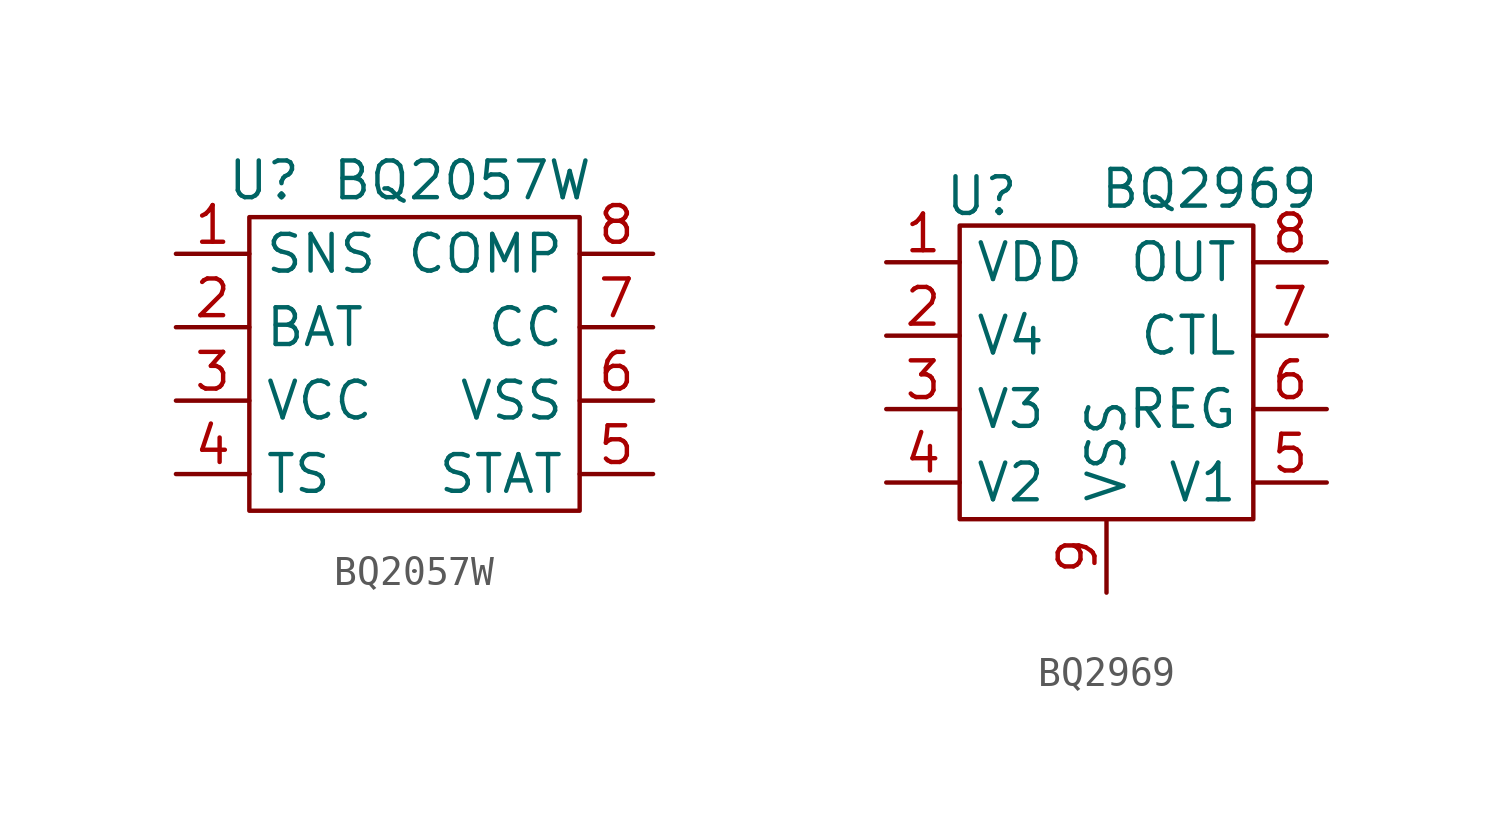
<source format=kicad_sym>
(kicad_symbol_lib
  (version 20241209)
  (generator "kicad_symbol_editor")
  (generator_version "9.0")
  (symbol "BQ2057W"
    (property "Reference" "U"
      (at -4.572 0 0)
      (effects (font (size 1.27 1.27))))
    (property "Value" "BQ2057W"
      (at 2.286 0 0)
      (effects (font (size 1.27 1.27))))
    (symbol "BQ2057W_1_1"
      (rectangle (start -5.08 -1.27) (end 6.35 -11.43) (stroke (width 0) (type solid)) (fill (type none)))
      (pin input line (at -7.62 -2.54 0) (length 2.54) (name "SNS" (effects (font (size 1.27 1.27)))) (number "1" (effects (font (size 1.27 1.27)))))
      (pin input line (at -7.62 -5.08 0) (length 2.54) (name "BAT" (effects (font (size 1.27 1.27)))) (number "2" (effects (font (size 1.27 1.27)))))
      (pin input line (at -7.62 -7.62 0) (length 2.54) (name "VCC" (effects (font (size 1.27 1.27)))) (number "3" (effects (font (size 1.27 1.27)))))
      (pin input line (at -7.62 -10.16 0) (length 2.54) (name "TS" (effects (font (size 1.27 1.27)))) (number "4" (effects (font (size 1.27 1.27)))))
      (pin input line (at 8.89 -2.54 180) (length 2.54) (name "COMP" (effects (font (size 1.27 1.27)))) (number "8" (effects (font (size 1.27 1.27)))))
      (pin output line (at 8.89 -5.08 180) (length 2.54) (name "CC" (effects (font (size 1.27 1.27)))) (number "7" (effects (font (size 1.27 1.27)))))
      (pin passive line (at 8.89 -7.62 180) (length 2.54) (name "VSS" (effects (font (size 1.27 1.27)))) (number "6" (effects (font (size 1.27 1.27)))))
      (pin output line (at 8.89 -10.16 180) (length 2.54) (name "STAT" (effects (font (size 1.27 1.27)))) (number "5" (effects (font (size 1.27 1.27)))))))
  (symbol "BQ2969"
    (property "Reference" "U"
      (at -1.778 3.556 0)
      (effects (font (size 1.27 1.27))))
    (property "Value" "BQ2969"
      (at 6.096 3.81 0)
      (effects (font (size 1.27 1.27))))
    (symbol "BQ2969_1_1"
      (rectangle (start -2.54 2.54) (end 7.62 -7.62) (stroke (width 0) (type solid)) (fill (type none)))
      (pin passive line (at -5.08 1.27 0) (length 2.54) (name "VDD" (effects (font (size 1.27 1.27)))) (number "1" (effects (font (size 1.27 1.27)))))
      (pin input line (at -5.08 -1.27 0) (length 2.54) (name "V4" (effects (font (size 1.27 1.27)))) (number "2" (effects (font (size 1.27 1.27)))))
      (pin input line (at -5.08 -3.81 0) (length 2.54) (name "V3" (effects (font (size 1.27 1.27)))) (number "3" (effects (font (size 1.27 1.27)))))
      (pin input line (at -5.08 -6.35 0) (length 2.54) (name "V2" (effects (font (size 1.27 1.27)))) (number "4" (effects (font (size 1.27 1.27)))))
      (pin passive line (at 2.54 -10.16 90) (length 2.54) (name "VSS" (effects (font (size 1.27 1.27)))) (number "9" (effects (font (size 1.27 1.27)))))
      (pin output line (at 10.16 1.27 180) (length 2.54) (name "OUT" (effects (font (size 1.27 1.27)))) (number "8" (effects (font (size 1.27 1.27)))))
      (pin input line (at 10.16 -1.27 180) (length 2.54) (name "CTL" (effects (font (size 1.27 1.27)))) (number "7" (effects (font (size 1.27 1.27)))))
      (pin output line (at 10.16 -3.81 180) (length 2.54) (name "REG" (effects (font (size 1.27 1.27)))) (number "6" (effects (font (size 1.27 1.27)))))
      (pin input line (at 10.16 -6.35 180) (length 2.54) (name "V1" (effects (font (size 1.27 1.27)))) (number "5" (effects (font (size 1.27 1.27))))))))
</source>
